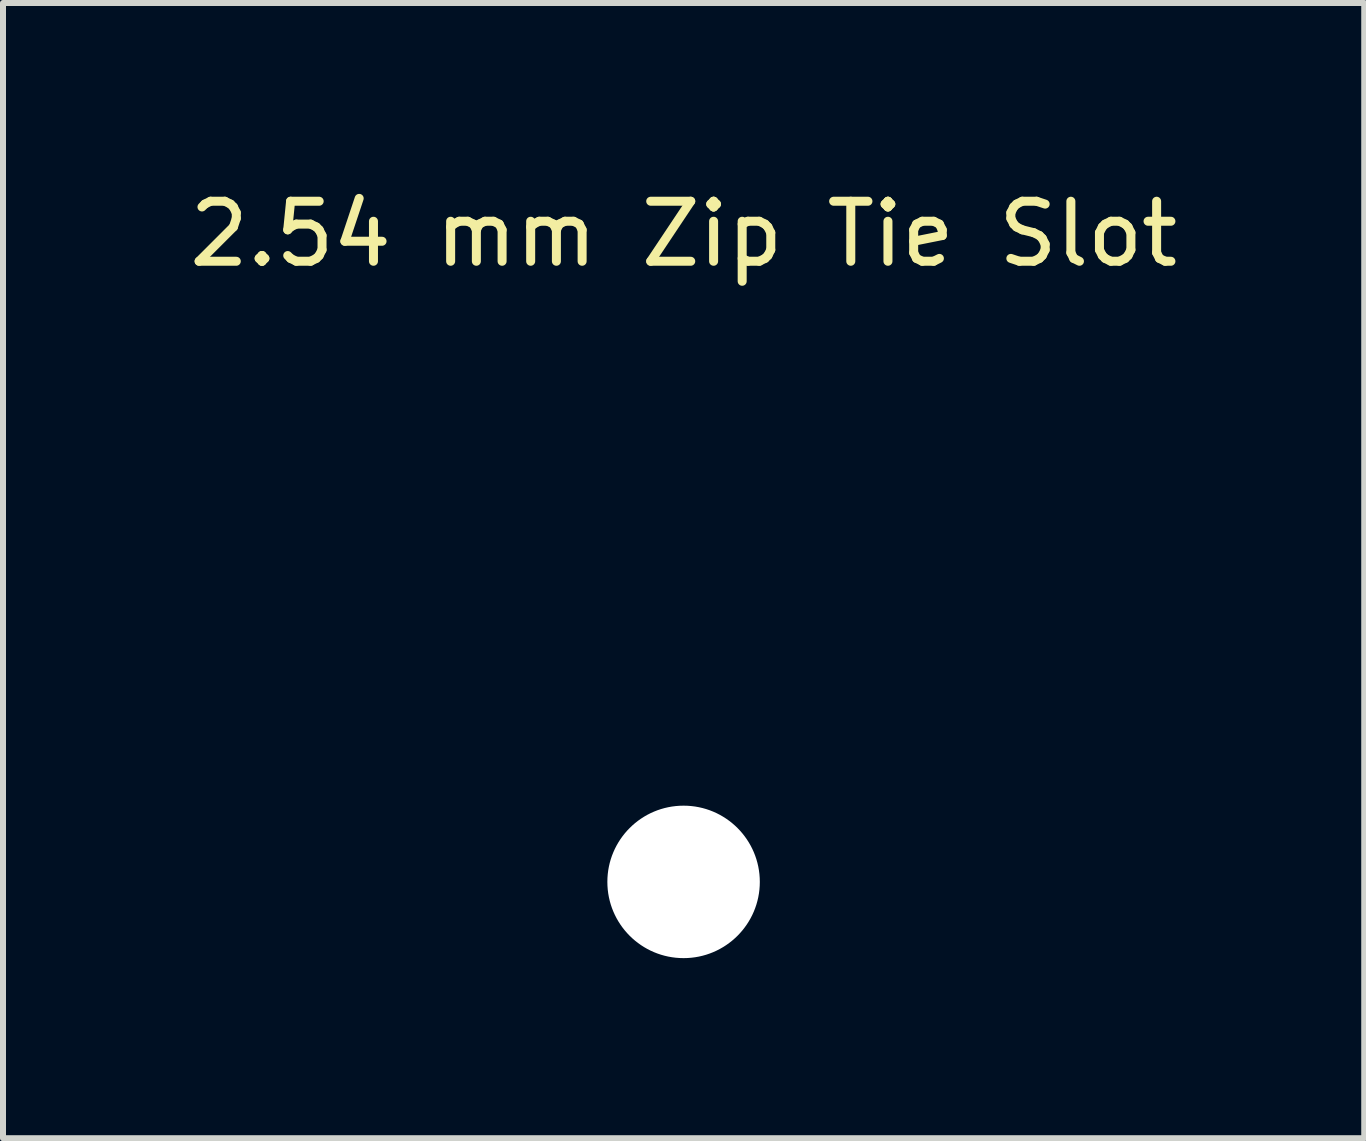
<source format=kicad_pcb>
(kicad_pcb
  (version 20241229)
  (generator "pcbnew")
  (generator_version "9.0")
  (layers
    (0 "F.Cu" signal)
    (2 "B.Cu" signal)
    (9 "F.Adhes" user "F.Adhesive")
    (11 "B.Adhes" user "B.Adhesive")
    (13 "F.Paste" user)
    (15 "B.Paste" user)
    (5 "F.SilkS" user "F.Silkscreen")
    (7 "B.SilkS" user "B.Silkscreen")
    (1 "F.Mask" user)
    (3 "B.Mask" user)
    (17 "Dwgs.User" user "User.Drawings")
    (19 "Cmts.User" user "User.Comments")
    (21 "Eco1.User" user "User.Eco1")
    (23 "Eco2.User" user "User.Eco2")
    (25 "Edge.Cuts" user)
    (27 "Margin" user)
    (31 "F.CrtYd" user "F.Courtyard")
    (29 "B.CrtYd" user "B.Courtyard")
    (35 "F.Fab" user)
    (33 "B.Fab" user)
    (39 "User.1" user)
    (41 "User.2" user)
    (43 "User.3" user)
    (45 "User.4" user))
  (footprint "2.54 mm Zip Tie Slot"
    (layer "F.Cu")
    (at 8.339 11.643)
    (property "Reference" "2.54 mm Zip Tie Slot" (at 0 -10.795 0) (unlocked yes) (layer "F.SilkS") (effects (font (size 1 1) (thickness 0.15))))
    (attr through_hole)
    (pad "" np_thru_hole circle (at 0 0) (size 2.54 2.54) (drill 2.54) (layers "*.Cu" "*.Mask")))
  (gr_rect
    (start -3 -3)
    (end 19.679 15.913)
    (stroke (width 0.1) (type default))
    (fill no)
    (layer "Edge.Cuts")))
</source>
